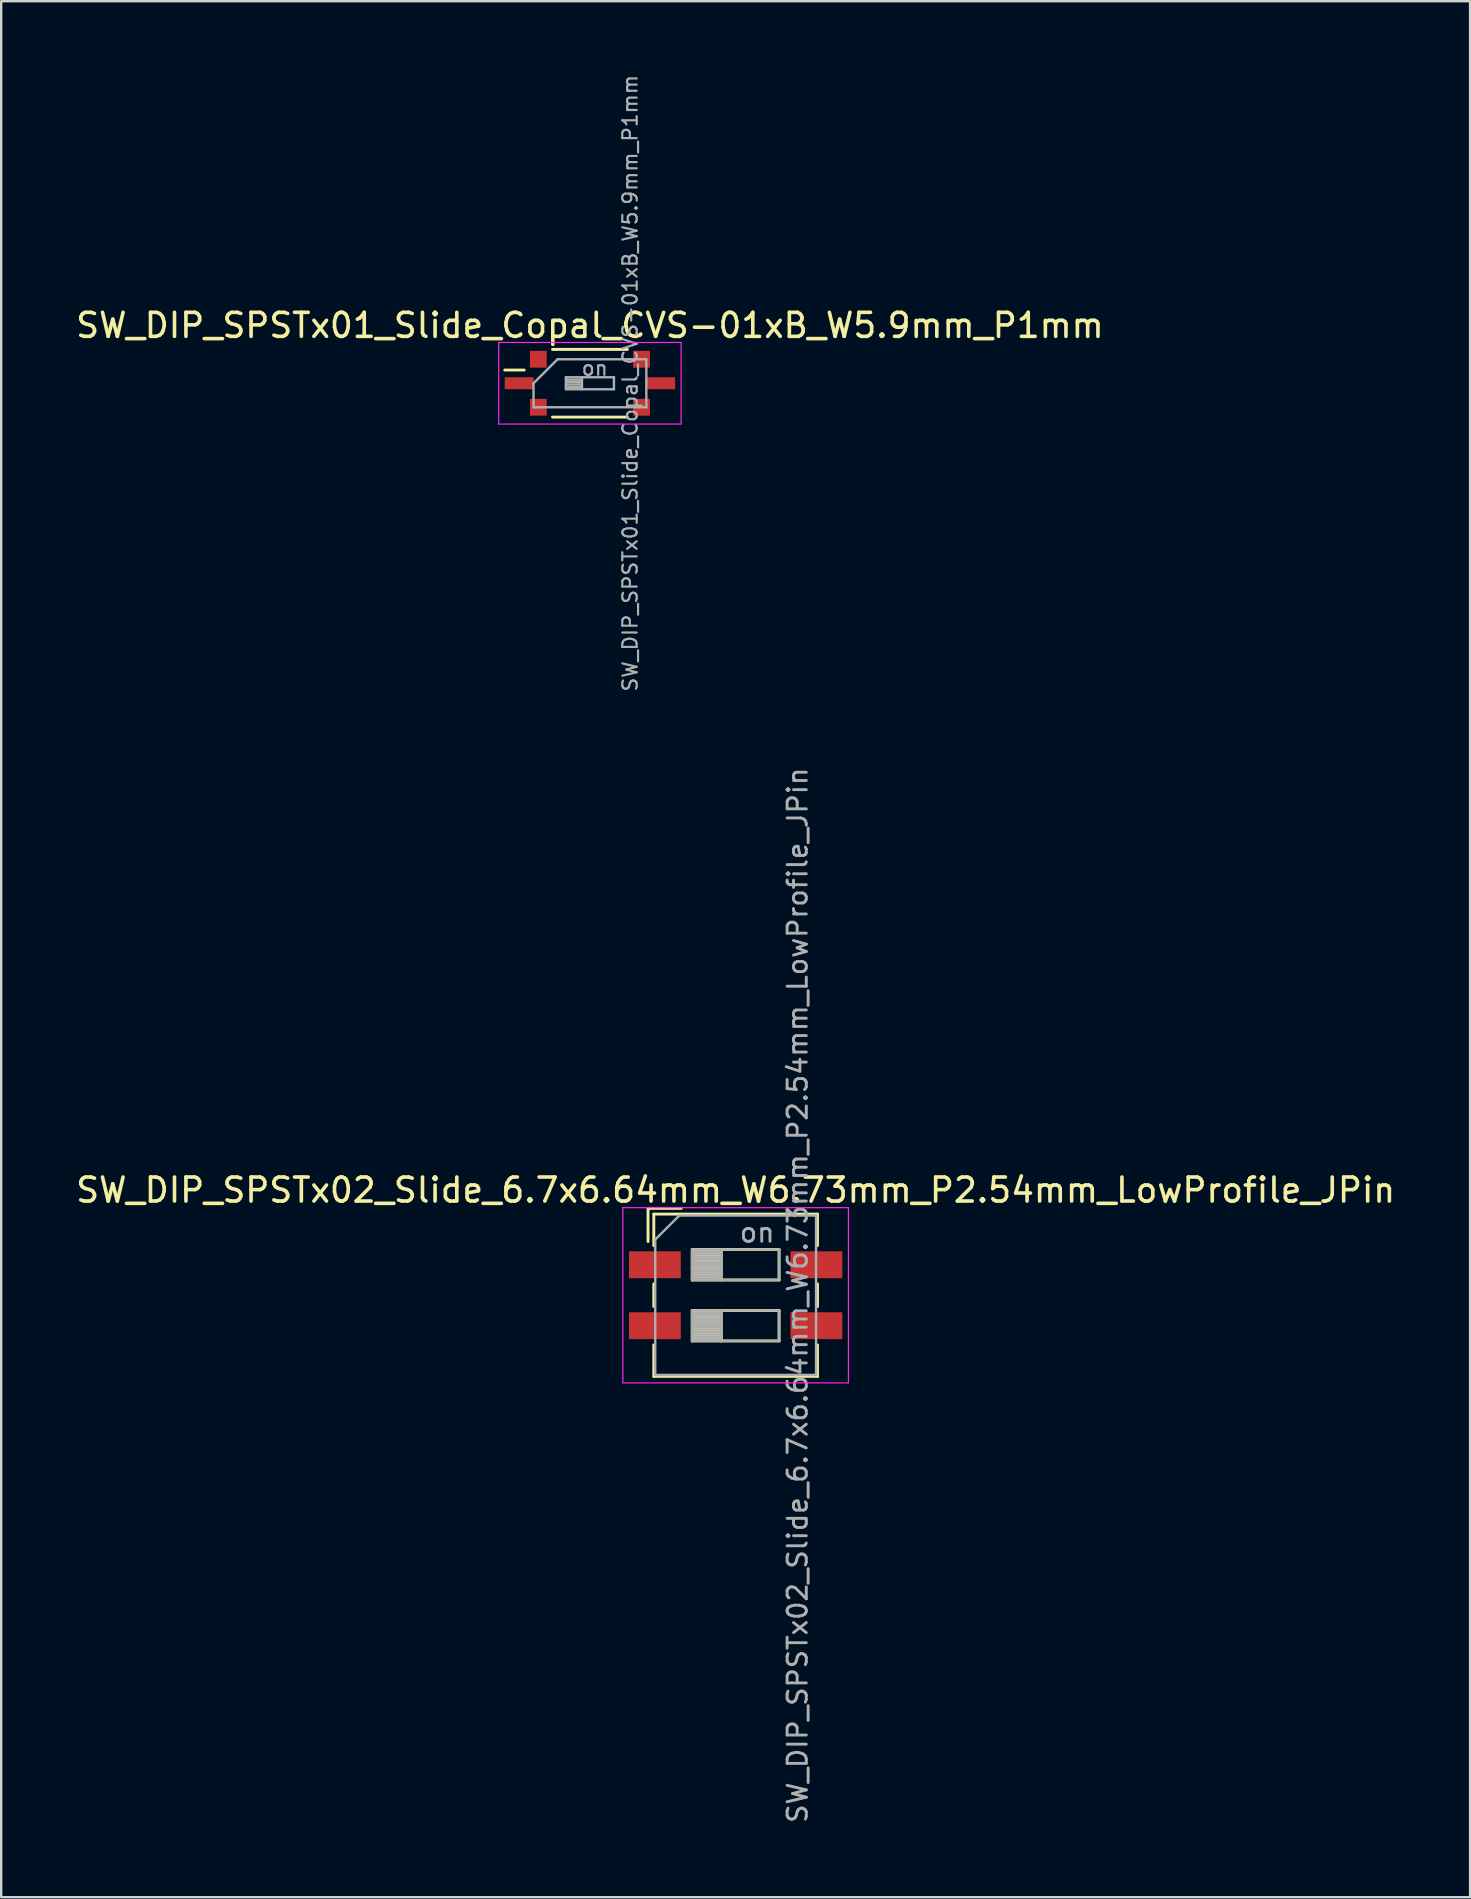
<source format=kicad_pcb>
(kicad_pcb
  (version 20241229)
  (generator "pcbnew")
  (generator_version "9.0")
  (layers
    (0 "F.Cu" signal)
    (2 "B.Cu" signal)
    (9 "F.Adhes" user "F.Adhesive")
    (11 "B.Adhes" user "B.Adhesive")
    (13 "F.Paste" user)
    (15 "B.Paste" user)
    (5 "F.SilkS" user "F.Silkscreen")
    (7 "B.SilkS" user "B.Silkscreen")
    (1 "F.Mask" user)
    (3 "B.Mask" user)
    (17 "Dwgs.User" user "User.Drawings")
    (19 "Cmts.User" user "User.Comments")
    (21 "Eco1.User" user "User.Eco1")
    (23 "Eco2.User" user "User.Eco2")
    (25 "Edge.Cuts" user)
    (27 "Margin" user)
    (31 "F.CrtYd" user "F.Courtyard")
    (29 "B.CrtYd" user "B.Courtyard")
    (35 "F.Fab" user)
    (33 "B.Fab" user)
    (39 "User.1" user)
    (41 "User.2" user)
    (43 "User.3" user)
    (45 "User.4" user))
  (footprint "SW_DIP_SPSTx01_Slide_Copal_CVS-01xB_W5.9mm_P1mm"
    (layer "F.Cu")
    (at 21.53 12.918)
    (property "Reference" "SW_DIP_SPSTx01_Slide_Copal_CVS-01xB_W5.9mm_P1mm" (at 0 -2.41 0) (layer "F.SilkS") (effects (font (size 1 1) (thickness 0.15))))
    (attr smd)
    (fp_line (start -3.55 -0.55) (end -2.739 -0.55) (stroke (width 0.12) (type solid)) (layer "F.SilkS"))
    (fp_line (start -1.56 -1.41) (end 1.561 -1.41) (stroke (width 0.12) (type solid)) (layer "F.SilkS"))
    (fp_line (start -1.56 1.41) (end 1.561 1.41) (stroke (width 0.12) (type solid)) (layer "F.SilkS"))
    (fp_line (start -3.8 -1.7) (end -3.8 1.7) (stroke (width 0.05) (type solid)) (layer "F.CrtYd"))
    (fp_line (start -3.8 1.7) (end 3.8 1.7) (stroke (width 0.05) (type solid)) (layer "F.CrtYd"))
    (fp_line (start 3.8 -1.7) (end -3.8 -1.7) (stroke (width 0.05) (type solid)) (layer "F.CrtYd"))
    (fp_line (start 3.8 1.7) (end 3.8 -1.7) (stroke (width 0.05) (type solid)) (layer "F.CrtYd"))
    (fp_line (start -2.35 0) (end -1.35 -1) (stroke (width 0.1) (type solid)) (layer "F.Fab"))
    (fp_line (start -2.35 1) (end -2.35 0) (stroke (width 0.1) (type solid)) (layer "F.Fab"))
    (fp_line (start -1.35 -1) (end 2.35 -1) (stroke (width 0.1) (type solid)) (layer "F.Fab"))
    (fp_line (start -1 -0.25) (end -1 0.25) (stroke (width 0.1) (type solid)) (layer "F.Fab"))
    (fp_line (start -1 -0.15) (end -0.333 -0.15) (stroke (width 0.1) (type solid)) (layer "F.Fab"))
    (fp_line (start -1 -0.05) (end -0.333 -0.05) (stroke (width 0.1) (type solid)) (layer "F.Fab"))
    (fp_line (start -1 0.05) (end -0.333 0.05) (stroke (width 0.1) (type solid)) (layer "F.Fab"))
    (fp_line (start -1 0.15) (end -0.333 0.15) (stroke (width 0.1) (type solid)) (layer "F.Fab"))
    (fp_line (start -1 0.25) (end 1 0.25) (stroke (width 0.1) (type solid)) (layer "F.Fab"))
    (fp_line (start -0.333 -0.25) (end -0.333 0.25) (stroke (width 0.1) (type solid)) (layer "F.Fab"))
    (fp_line (start 1 -0.25) (end -1 -0.25) (stroke (width 0.1) (type solid)) (layer "F.Fab"))
    (fp_line (start 1 0.25) (end 1 -0.25) (stroke (width 0.1) (type solid)) (layer "F.Fab"))
    (fp_line (start 2.35 -1) (end 2.35 1) (stroke (width 0.1) (type solid)) (layer "F.Fab"))
    (fp_line (start 2.35 1) (end -2.35 1) (stroke (width 0.1) (type solid)) (layer "F.Fab"))
    (fp_text user "on" (at 0.2 -0.625 0) (layer "F.Fab") (effects (font (size 0.6 0.6) (thickness 0.09))))
    (fp_text user "${REFERENCE}" (at 1.675 0 90) (layer "F.Fab") (effects (font (size 0.6 0.6) (thickness 0.09))))
    (pad "1" smd rect (at -2.95 0) (size 1.2 0.5) (layers "F.Cu" "F.Mask" "F.Paste"))
    (pad "2" smd rect (at 2.95 0) (size 1.2 0.5) (layers "F.Cu" "F.Mask" "F.Paste"))
    (pad "3" smd rect (at -2.15 -1) (size 0.7 0.7) (layers "F.Cu" "F.Mask" "F.Paste"))
    (pad "3" smd rect (at -2.15 1) (size 0.7 0.7) (layers "F.Cu" "F.Mask" "F.Paste"))
    (pad "3" smd rect (at 2.15 -1) (size 0.7 0.7) (layers "F.Cu" "F.Mask" "F.Paste"))
    (pad "3" smd rect (at 2.15 1) (size 0.7 0.7) (layers "F.Cu" "F.Mask" "F.Paste")))
  (footprint "SW_DIP_SPSTx02_Slide_6.7x6.64mm_W6.73mm_P2.54mm_LowProfile_JPin"
    (layer "F.Cu")
    (at 27.601 50.917)
    (property "Reference" "SW_DIP_SPSTx02_Slide_6.7x6.64mm_W6.73mm_P2.54mm_LowProfile_JPin" (at 0 -4.38 0) (layer "F.SilkS") (effects (font (size 1 1) (thickness 0.15))))
    (attr smd)
    (fp_line (start -3.65 -3.62) (end -3.65 -2.237) (stroke (width 0.12) (type solid)) (layer "F.SilkS"))
    (fp_line (start -3.65 -3.62) (end -2.267 -3.62) (stroke (width 0.12) (type solid)) (layer "F.SilkS"))
    (fp_line (start -3.41 -3.38) (end -3.41 -2.07) (stroke (width 0.12) (type solid)) (layer "F.SilkS"))
    (fp_line (start -3.41 -3.38) (end 3.41 -3.38) (stroke (width 0.12) (type solid)) (layer "F.SilkS"))
    (fp_line (start -3.41 -0.47) (end -3.41 0.47) (stroke (width 0.12) (type solid)) (layer "F.SilkS"))
    (fp_line (start -3.41 2.07) (end -3.41 3.38) (stroke (width 0.12) (type solid)) (layer "F.SilkS"))
    (fp_line (start -3.41 3.38) (end 3.41 3.38) (stroke (width 0.12) (type solid)) (layer "F.SilkS"))
    (fp_line (start -1.81 -1.905) (end -1.81 -0.635) (stroke (width 0.12) (type solid)) (layer "F.SilkS"))
    (fp_line (start -1.81 -1.785) (end -0.603 -1.785) (stroke (width 0.12) (type solid)) (layer "F.SilkS"))
    (fp_line (start -1.81 -1.665) (end -0.603 -1.665) (stroke (width 0.12) (type solid)) (layer "F.SilkS"))
    (fp_line (start -1.81 -1.545) (end -0.603 -1.545) (stroke (width 0.12) (type solid)) (layer "F.SilkS"))
    (fp_line (start -1.81 -1.425) (end -0.603 -1.425) (stroke (width 0.12) (type solid)) (layer "F.SilkS"))
    (fp_line (start -1.81 -1.305) (end -0.603 -1.305) (stroke (width 0.12) (type solid)) (layer "F.SilkS"))
    (fp_line (start -1.81 -1.185) (end -0.603 -1.185) (stroke (width 0.12) (type solid)) (layer "F.SilkS"))
    (fp_line (start -1.81 -1.065) (end -0.603 -1.065) (stroke (width 0.12) (type solid)) (layer "F.SilkS"))
    (fp_line (start -1.81 -0.945) (end -0.603 -0.945) (stroke (width 0.12) (type solid)) (layer "F.SilkS"))
    (fp_line (start -1.81 -0.825) (end -0.603 -0.825) (stroke (width 0.12) (type solid)) (layer "F.SilkS"))
    (fp_line (start -1.81 -0.705) (end -0.603 -0.705) (stroke (width 0.12) (type solid)) (layer "F.SilkS"))
    (fp_line (start -1.81 -0.635) (end 1.81 -0.635) (stroke (width 0.12) (type solid)) (layer "F.SilkS"))
    (fp_line (start -1.81 0.635) (end -1.81 1.905) (stroke (width 0.12) (type solid)) (layer "F.SilkS"))
    (fp_line (start -1.81 0.755) (end -0.603 0.755) (stroke (width 0.12) (type solid)) (layer "F.SilkS"))
    (fp_line (start -1.81 0.875) (end -0.603 0.875) (stroke (width 0.12) (type solid)) (layer "F.SilkS"))
    (fp_line (start -1.81 0.995) (end -0.603 0.995) (stroke (width 0.12) (type solid)) (layer "F.SilkS"))
    (fp_line (start -1.81 1.115) (end -0.603 1.115) (stroke (width 0.12) (type solid)) (layer "F.SilkS"))
    (fp_line (start -1.81 1.235) (end -0.603 1.235) (stroke (width 0.12) (type solid)) (layer "F.SilkS"))
    (fp_line (start -1.81 1.355) (end -0.603 1.355) (stroke (width 0.12) (type solid)) (layer "F.SilkS"))
    (fp_line (start -1.81 1.475) (end -0.603 1.475) (stroke (width 0.12) (type solid)) (layer "F.SilkS"))
    (fp_line (start -1.81 1.595) (end -0.603 1.595) (stroke (width 0.12) (type solid)) (layer "F.SilkS"))
    (fp_line (start -1.81 1.715) (end -0.603 1.715) (stroke (width 0.12) (type solid)) (layer "F.SilkS"))
    (fp_line (start -1.81 1.835) (end -0.603 1.835) (stroke (width 0.12) (type solid)) (layer "F.SilkS"))
    (fp_line (start -1.81 1.905) (end 1.81 1.905) (stroke (width 0.12) (type solid)) (layer "F.SilkS"))
    (fp_line (start -0.603 -1.905) (end -0.603 -0.635) (stroke (width 0.12) (type solid)) (layer "F.SilkS"))
    (fp_line (start -0.603 0.635) (end -0.603 1.905) (stroke (width 0.12) (type solid)) (layer "F.SilkS"))
    (fp_line (start 1.81 -1.905) (end -1.81 -1.905) (stroke (width 0.12) (type solid)) (layer "F.SilkS"))
    (fp_line (start 1.81 -0.635) (end 1.81 -1.905) (stroke (width 0.12) (type solid)) (layer "F.SilkS"))
    (fp_line (start 1.81 0.635) (end -1.81 0.635) (stroke (width 0.12) (type solid)) (layer "F.SilkS"))
    (fp_line (start 1.81 1.905) (end 1.81 0.635) (stroke (width 0.12) (type solid)) (layer "F.SilkS"))
    (fp_line (start 3.41 -3.38) (end 3.41 -2.07) (stroke (width 0.12) (type solid)) (layer "F.SilkS"))
    (fp_line (start 3.41 -0.47) (end 3.41 0.47) (stroke (width 0.12) (type solid)) (layer "F.SilkS"))
    (fp_line (start 3.41 2.07) (end 3.41 3.38) (stroke (width 0.12) (type solid)) (layer "F.SilkS"))
    (fp_line (start -4.7 -3.65) (end -4.7 3.65) (stroke (width 0.05) (type solid)) (layer "F.CrtYd"))
    (fp_line (start -4.7 3.65) (end 4.7 3.65) (stroke (width 0.05) (type solid)) (layer "F.CrtYd"))
    (fp_line (start 4.7 -3.65) (end -4.7 -3.65) (stroke (width 0.05) (type solid)) (layer "F.CrtYd"))
    (fp_line (start 4.7 3.65) (end 4.7 -3.65) (stroke (width 0.05) (type solid)) (layer "F.CrtYd"))
    (fp_line (start -3.35 -2.32) (end -2.35 -3.32) (stroke (width 0.1) (type solid)) (layer "F.Fab"))
    (fp_line (start -3.35 3.32) (end -3.35 -2.32) (stroke (width 0.1) (type solid)) (layer "F.Fab"))
    (fp_line (start -2.35 -3.32) (end 3.35 -3.32) (stroke (width 0.1) (type solid)) (layer "F.Fab"))
    (fp_line (start -1.81 -1.905) (end -1.81 -0.635) (stroke (width 0.1) (type solid)) (layer "F.Fab"))
    (fp_line (start -1.81 -1.805) (end -0.603 -1.805) (stroke (width 0.1) (type solid)) (layer "F.Fab"))
    (fp_line (start -1.81 -1.705) (end -0.603 -1.705) (stroke (width 0.1) (type solid)) (layer "F.Fab"))
    (fp_line (start -1.81 -1.605) (end -0.603 -1.605) (stroke (width 0.1) (type solid)) (layer "F.Fab"))
    (fp_line (start -1.81 -1.505) (end -0.603 -1.505) (stroke (width 0.1) (type solid)) (layer "F.Fab"))
    (fp_line (start -1.81 -1.405) (end -0.603 -1.405) (stroke (width 0.1) (type solid)) (layer "F.Fab"))
    (fp_line (start -1.81 -1.305) (end -0.603 -1.305) (stroke (width 0.1) (type solid)) (layer "F.Fab"))
    (fp_line (start -1.81 -1.205) (end -0.603 -1.205) (stroke (width 0.1) (type solid)) (layer "F.Fab"))
    (fp_line (start -1.81 -1.105) (end -0.603 -1.105) (stroke (width 0.1) (type solid)) (layer "F.Fab"))
    (fp_line (start -1.81 -1.005) (end -0.603 -1.005) (stroke (width 0.1) (type solid)) (layer "F.Fab"))
    (fp_line (start -1.81 -0.905) (end -0.603 -0.905) (stroke (width 0.1) (type solid)) (layer "F.Fab"))
    (fp_line (start -1.81 -0.805) (end -0.603 -0.805) (stroke (width 0.1) (type solid)) (layer "F.Fab"))
    (fp_line (start -1.81 -0.705) (end -0.603 -0.705) (stroke (width 0.1) (type solid)) (layer "F.Fab"))
    (fp_line (start -1.81 -0.635) (end 1.81 -0.635) (stroke (width 0.1) (type solid)) (layer "F.Fab"))
    (fp_line (start -1.81 0.635) (end -1.81 1.905) (stroke (width 0.1) (type solid)) (layer "F.Fab"))
    (fp_line (start -1.81 0.735) (end -0.603 0.735) (stroke (width 0.1) (type solid)) (layer "F.Fab"))
    (fp_line (start -1.81 0.835) (end -0.603 0.835) (stroke (width 0.1) (type solid)) (layer "F.Fab"))
    (fp_line (start -1.81 0.935) (end -0.603 0.935) (stroke (width 0.1) (type solid)) (layer "F.Fab"))
    (fp_line (start -1.81 1.035) (end -0.603 1.035) (stroke (width 0.1) (type solid)) (layer "F.Fab"))
    (fp_line (start -1.81 1.135) (end -0.603 1.135) (stroke (width 0.1) (type solid)) (layer "F.Fab"))
    (fp_line (start -1.81 1.235) (end -0.603 1.235) (stroke (width 0.1) (type solid)) (layer "F.Fab"))
    (fp_line (start -1.81 1.335) (end -0.603 1.335) (stroke (width 0.1) (type solid)) (layer "F.Fab"))
    (fp_line (start -1.81 1.435) (end -0.603 1.435) (stroke (width 0.1) (type solid)) (layer "F.Fab"))
    (fp_line (start -1.81 1.535) (end -0.603 1.535) (stroke (width 0.1) (type solid)) (layer "F.Fab"))
    (fp_line (start -1.81 1.635) (end -0.603 1.635) (stroke (width 0.1) (type solid)) (layer "F.Fab"))
    (fp_line (start -1.81 1.735) (end -0.603 1.735) (stroke (width 0.1) (type solid)) (layer "F.Fab"))
    (fp_line (start -1.81 1.835) (end -0.603 1.835) (stroke (width 0.1) (type solid)) (layer "F.Fab"))
    (fp_line (start -1.81 1.905) (end 1.81 1.905) (stroke (width 0.1) (type solid)) (layer "F.Fab"))
    (fp_line (start -0.603 -1.905) (end -0.603 -0.635) (stroke (width 0.1) (type solid)) (layer "F.Fab"))
    (fp_line (start -0.603 0.635) (end -0.603 1.905) (stroke (width 0.1) (type solid)) (layer "F.Fab"))
    (fp_line (start 1.81 -1.905) (end -1.81 -1.905) (stroke (width 0.1) (type solid)) (layer "F.Fab"))
    (fp_line (start 1.81 -0.635) (end 1.81 -1.905) (stroke (width 0.1) (type solid)) (layer "F.Fab"))
    (fp_line (start 1.81 0.635) (end -1.81 0.635) (stroke (width 0.1) (type solid)) (layer "F.Fab"))
    (fp_line (start 1.81 1.905) (end 1.81 0.635) (stroke (width 0.1) (type solid)) (layer "F.Fab"))
    (fp_line (start 3.35 -3.32) (end 3.35 3.32) (stroke (width 0.1) (type solid)) (layer "F.Fab"))
    (fp_line (start 3.35 3.32) (end -3.35 3.32) (stroke (width 0.1) (type solid)) (layer "F.Fab"))
    (fp_text user "${REFERENCE}" (at 2.58 0 90) (layer "F.Fab") (effects (font (size 0.8 0.8) (thickness 0.12))))
    (fp_text user "on" (at 0.897 -2.612 0) (layer "F.Fab") (effects (font (size 0.8 0.8) (thickness 0.12))))
    (pad "1" smd rect (at -3.365 -1.27) (size 2.16 1.12) (layers "F.Cu" "F.Mask" "F.Paste"))
    (pad "2" smd rect (at -3.365 1.27) (size 2.16 1.12) (layers "F.Cu" "F.Mask" "F.Paste"))
    (pad "3" smd rect (at 3.365 1.27) (size 2.16 1.12) (layers "F.Cu" "F.Mask" "F.Paste"))
    (pad "4" smd rect (at 3.365 -1.27) (size 2.16 1.12) (layers "F.Cu" "F.Mask" "F.Paste")))
  (gr_rect
    (start -3 -3)
    (end 58.202 75.998)
    (stroke (width 0.1) (type default))
    (fill no)
    (layer "Edge.Cuts")))
</source>
